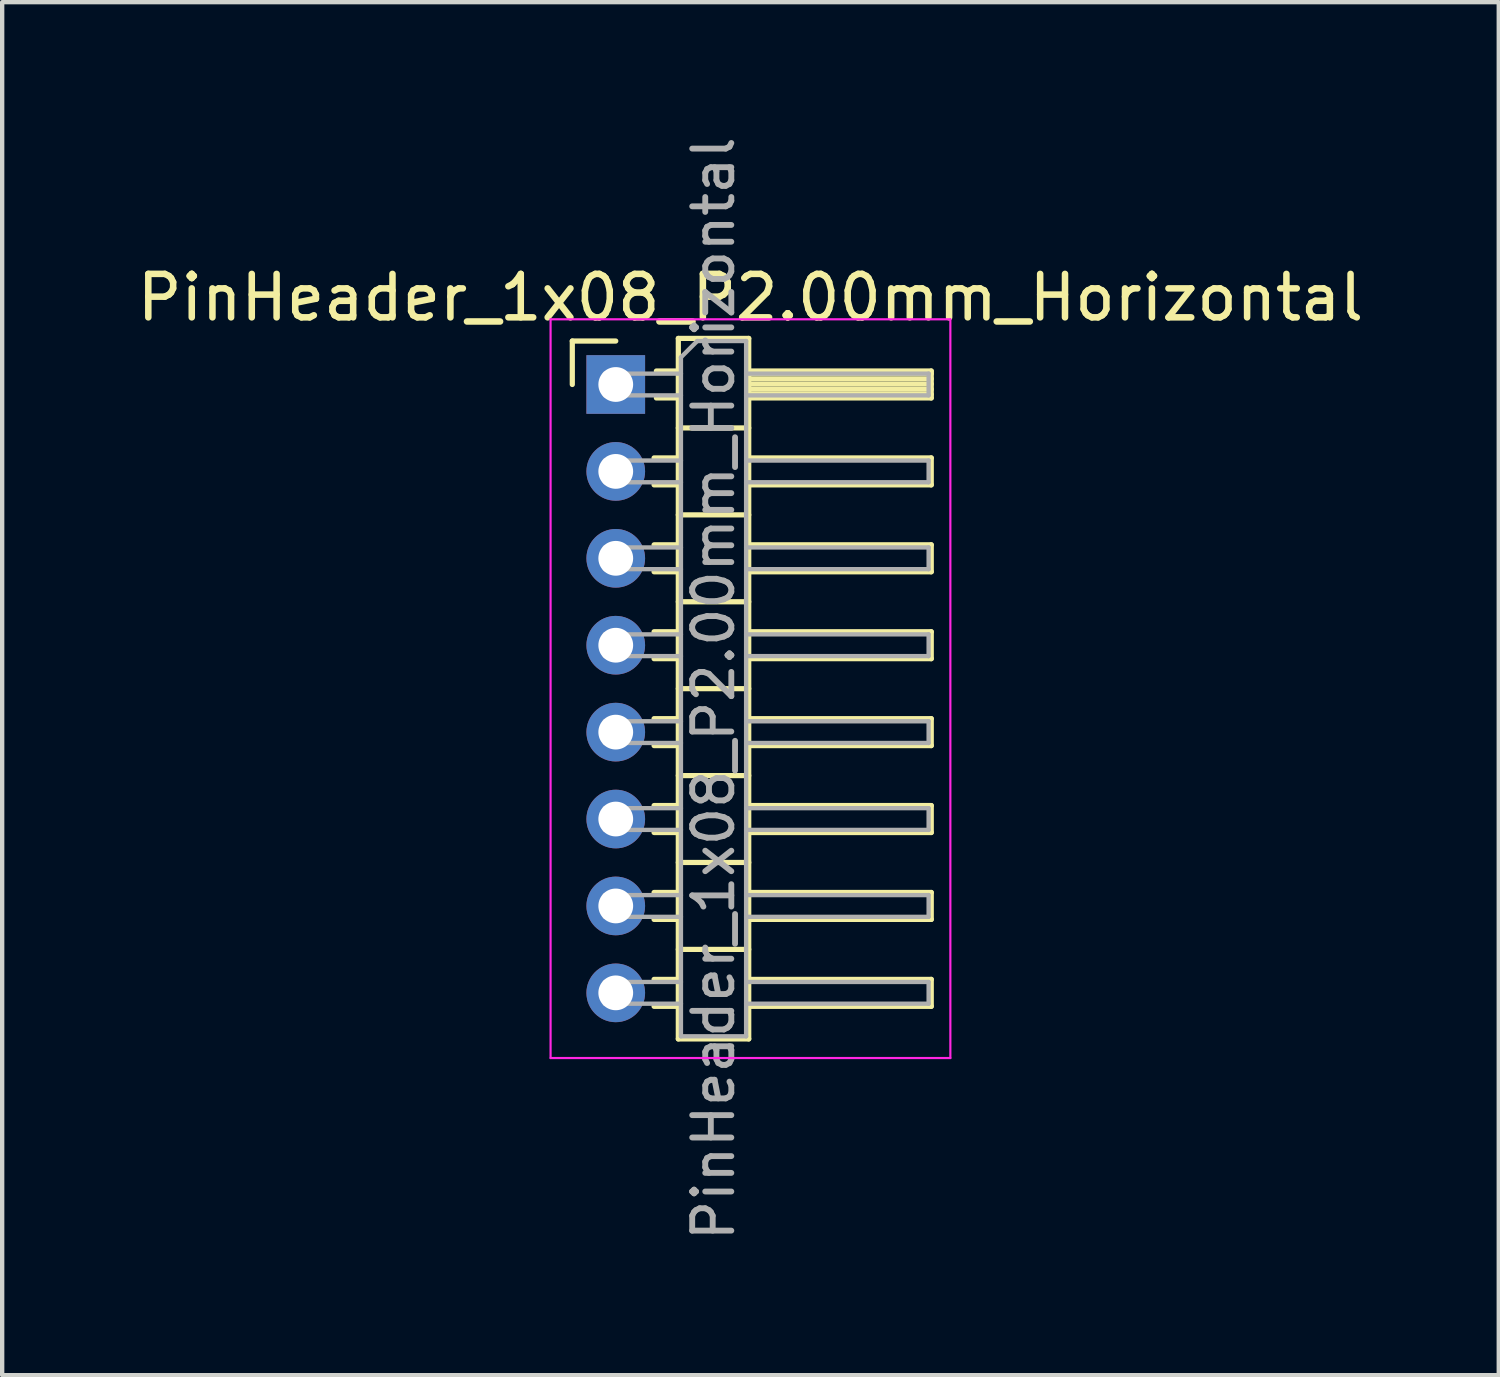
<source format=kicad_pcb>
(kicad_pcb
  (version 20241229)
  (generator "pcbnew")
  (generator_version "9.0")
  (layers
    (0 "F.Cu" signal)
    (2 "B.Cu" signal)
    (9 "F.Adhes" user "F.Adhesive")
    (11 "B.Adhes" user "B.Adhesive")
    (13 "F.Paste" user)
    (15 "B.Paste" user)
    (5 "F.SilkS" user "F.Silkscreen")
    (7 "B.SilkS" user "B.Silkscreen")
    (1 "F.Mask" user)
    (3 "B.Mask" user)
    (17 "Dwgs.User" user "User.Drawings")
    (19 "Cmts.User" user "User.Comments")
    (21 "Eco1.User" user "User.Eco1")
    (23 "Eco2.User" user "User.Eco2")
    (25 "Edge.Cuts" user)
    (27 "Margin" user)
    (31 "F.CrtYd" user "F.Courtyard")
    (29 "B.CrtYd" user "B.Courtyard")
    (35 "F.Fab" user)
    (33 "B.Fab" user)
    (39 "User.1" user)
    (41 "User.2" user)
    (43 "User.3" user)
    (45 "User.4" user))
  (footprint "PinHeader_1x08_P2.00mm_Horizontal"
    (layer "F.Cu")
    (at 11.12 5.798)
    (property "Reference" "PinHeader_1x08_P2.00mm_Horizontal" (at 3.1 -2 0) (layer "F.SilkS") (effects (font (size 1 1) (thickness 0.15))))
    (attr through_hole)
    (fp_line (start -1 -1) (end 0 -1) (stroke (width 0.12) (type solid)) (layer "F.SilkS"))
    (fp_line (start -1 0) (end -1 -1) (stroke (width 0.12) (type solid)) (layer "F.SilkS"))
    (fp_line (start 0.882 1.69) (end 1.44 1.69) (stroke (width 0.12) (type solid)) (layer "F.SilkS"))
    (fp_line (start 0.882 2.31) (end 1.44 2.31) (stroke (width 0.12) (type solid)) (layer "F.SilkS"))
    (fp_line (start 0.882 3.69) (end 1.44 3.69) (stroke (width 0.12) (type solid)) (layer "F.SilkS"))
    (fp_line (start 0.882 4.31) (end 1.44 4.31) (stroke (width 0.12) (type solid)) (layer "F.SilkS"))
    (fp_line (start 0.882 5.69) (end 1.44 5.69) (stroke (width 0.12) (type solid)) (layer "F.SilkS"))
    (fp_line (start 0.882 6.31) (end 1.44 6.31) (stroke (width 0.12) (type solid)) (layer "F.SilkS"))
    (fp_line (start 0.882 7.69) (end 1.44 7.69) (stroke (width 0.12) (type solid)) (layer "F.SilkS"))
    (fp_line (start 0.882 8.31) (end 1.44 8.31) (stroke (width 0.12) (type solid)) (layer "F.SilkS"))
    (fp_line (start 0.882 9.69) (end 1.44 9.69) (stroke (width 0.12) (type solid)) (layer "F.SilkS"))
    (fp_line (start 0.882 10.31) (end 1.44 10.31) (stroke (width 0.12) (type solid)) (layer "F.SilkS"))
    (fp_line (start 0.882 11.69) (end 1.44 11.69) (stroke (width 0.12) (type solid)) (layer "F.SilkS"))
    (fp_line (start 0.882 12.31) (end 1.44 12.31) (stroke (width 0.12) (type solid)) (layer "F.SilkS"))
    (fp_line (start 0.882 13.69) (end 1.44 13.69) (stroke (width 0.12) (type solid)) (layer "F.SilkS"))
    (fp_line (start 0.882 14.31) (end 1.44 14.31) (stroke (width 0.12) (type solid)) (layer "F.SilkS"))
    (fp_line (start 0.935 -0.31) (end 1.44 -0.31) (stroke (width 0.12) (type solid)) (layer "F.SilkS"))
    (fp_line (start 0.935 0.31) (end 1.44 0.31) (stroke (width 0.12) (type solid)) (layer "F.SilkS"))
    (fp_line (start 1.44 -1.06) (end 1.44 15.06) (stroke (width 0.12) (type solid)) (layer "F.SilkS"))
    (fp_line (start 1.44 1) (end 3.06 1) (stroke (width 0.12) (type solid)) (layer "F.SilkS"))
    (fp_line (start 1.44 3) (end 3.06 3) (stroke (width 0.12) (type solid)) (layer "F.SilkS"))
    (fp_line (start 1.44 5) (end 3.06 5) (stroke (width 0.12) (type solid)) (layer "F.SilkS"))
    (fp_line (start 1.44 7) (end 3.06 7) (stroke (width 0.12) (type solid)) (layer "F.SilkS"))
    (fp_line (start 1.44 9) (end 3.06 9) (stroke (width 0.12) (type solid)) (layer "F.SilkS"))
    (fp_line (start 1.44 11) (end 3.06 11) (stroke (width 0.12) (type solid)) (layer "F.SilkS"))
    (fp_line (start 1.44 13) (end 3.06 13) (stroke (width 0.12) (type solid)) (layer "F.SilkS"))
    (fp_line (start 1.44 15.06) (end 3.06 15.06) (stroke (width 0.12) (type solid)) (layer "F.SilkS"))
    (fp_line (start 3.06 -1.06) (end 1.44 -1.06) (stroke (width 0.12) (type solid)) (layer "F.SilkS"))
    (fp_line (start 3.06 -0.31) (end 7.26 -0.31) (stroke (width 0.12) (type solid)) (layer "F.SilkS"))
    (fp_line (start 3.06 -0.25) (end 7.26 -0.25) (stroke (width 0.12) (type solid)) (layer "F.SilkS"))
    (fp_line (start 3.06 -0.13) (end 7.26 -0.13) (stroke (width 0.12) (type solid)) (layer "F.SilkS"))
    (fp_line (start 3.06 -0.01) (end 7.26 -0.01) (stroke (width 0.12) (type solid)) (layer "F.SilkS"))
    (fp_line (start 3.06 0.11) (end 7.26 0.11) (stroke (width 0.12) (type solid)) (layer "F.SilkS"))
    (fp_line (start 3.06 0.23) (end 7.26 0.23) (stroke (width 0.12) (type solid)) (layer "F.SilkS"))
    (fp_line (start 3.06 1.69) (end 7.26 1.69) (stroke (width 0.12) (type solid)) (layer "F.SilkS"))
    (fp_line (start 3.06 3.69) (end 7.26 3.69) (stroke (width 0.12) (type solid)) (layer "F.SilkS"))
    (fp_line (start 3.06 5.69) (end 7.26 5.69) (stroke (width 0.12) (type solid)) (layer "F.SilkS"))
    (fp_line (start 3.06 7.69) (end 7.26 7.69) (stroke (width 0.12) (type solid)) (layer "F.SilkS"))
    (fp_line (start 3.06 9.69) (end 7.26 9.69) (stroke (width 0.12) (type solid)) (layer "F.SilkS"))
    (fp_line (start 3.06 11.69) (end 7.26 11.69) (stroke (width 0.12) (type solid)) (layer "F.SilkS"))
    (fp_line (start 3.06 13.69) (end 7.26 13.69) (stroke (width 0.12) (type solid)) (layer "F.SilkS"))
    (fp_line (start 3.06 15.06) (end 3.06 -1.06) (stroke (width 0.12) (type solid)) (layer "F.SilkS"))
    (fp_line (start 7.26 -0.31) (end 7.26 0.31) (stroke (width 0.12) (type solid)) (layer "F.SilkS"))
    (fp_line (start 7.26 0.31) (end 3.06 0.31) (stroke (width 0.12) (type solid)) (layer "F.SilkS"))
    (fp_line (start 7.26 1.69) (end 7.26 2.31) (stroke (width 0.12) (type solid)) (layer "F.SilkS"))
    (fp_line (start 7.26 2.31) (end 3.06 2.31) (stroke (width 0.12) (type solid)) (layer "F.SilkS"))
    (fp_line (start 7.26 3.69) (end 7.26 4.31) (stroke (width 0.12) (type solid)) (layer "F.SilkS"))
    (fp_line (start 7.26 4.31) (end 3.06 4.31) (stroke (width 0.12) (type solid)) (layer "F.SilkS"))
    (fp_line (start 7.26 5.69) (end 7.26 6.31) (stroke (width 0.12) (type solid)) (layer "F.SilkS"))
    (fp_line (start 7.26 6.31) (end 3.06 6.31) (stroke (width 0.12) (type solid)) (layer "F.SilkS"))
    (fp_line (start 7.26 7.69) (end 7.26 8.31) (stroke (width 0.12) (type solid)) (layer "F.SilkS"))
    (fp_line (start 7.26 8.31) (end 3.06 8.31) (stroke (width 0.12) (type solid)) (layer "F.SilkS"))
    (fp_line (start 7.26 9.69) (end 7.26 10.31) (stroke (width 0.12) (type solid)) (layer "F.SilkS"))
    (fp_line (start 7.26 10.31) (end 3.06 10.31) (stroke (width 0.12) (type solid)) (layer "F.SilkS"))
    (fp_line (start 7.26 11.69) (end 7.26 12.31) (stroke (width 0.12) (type solid)) (layer "F.SilkS"))
    (fp_line (start 7.26 12.31) (end 3.06 12.31) (stroke (width 0.12) (type solid)) (layer "F.SilkS"))
    (fp_line (start 7.26 13.69) (end 7.26 14.31) (stroke (width 0.12) (type solid)) (layer "F.SilkS"))
    (fp_line (start 7.26 14.31) (end 3.06 14.31) (stroke (width 0.12) (type solid)) (layer "F.SilkS"))
    (fp_line (start -1.5 -1.5) (end -1.5 15.5) (stroke (width 0.05) (type solid)) (layer "F.CrtYd"))
    (fp_line (start -1.5 15.5) (end 7.7 15.5) (stroke (width 0.05) (type solid)) (layer "F.CrtYd"))
    (fp_line (start 7.7 -1.5) (end -1.5 -1.5) (stroke (width 0.05) (type solid)) (layer "F.CrtYd"))
    (fp_line (start 7.7 15.5) (end 7.7 -1.5) (stroke (width 0.05) (type solid)) (layer "F.CrtYd"))
    (fp_line (start -0.25 -0.25) (end -0.25 0.25) (stroke (width 0.1) (type solid)) (layer "F.Fab"))
    (fp_line (start -0.25 -0.25) (end 1.5 -0.25) (stroke (width 0.1) (type solid)) (layer "F.Fab"))
    (fp_line (start -0.25 0.25) (end 1.5 0.25) (stroke (width 0.1) (type solid)) (layer "F.Fab"))
    (fp_line (start -0.25 1.75) (end -0.25 2.25) (stroke (width 0.1) (type solid)) (layer "F.Fab"))
    (fp_line (start -0.25 1.75) (end 1.5 1.75) (stroke (width 0.1) (type solid)) (layer "F.Fab"))
    (fp_line (start -0.25 2.25) (end 1.5 2.25) (stroke (width 0.1) (type solid)) (layer "F.Fab"))
    (fp_line (start -0.25 3.75) (end -0.25 4.25) (stroke (width 0.1) (type solid)) (layer "F.Fab"))
    (fp_line (start -0.25 3.75) (end 1.5 3.75) (stroke (width 0.1) (type solid)) (layer "F.Fab"))
    (fp_line (start -0.25 4.25) (end 1.5 4.25) (stroke (width 0.1) (type solid)) (layer "F.Fab"))
    (fp_line (start -0.25 5.75) (end -0.25 6.25) (stroke (width 0.1) (type solid)) (layer "F.Fab"))
    (fp_line (start -0.25 5.75) (end 1.5 5.75) (stroke (width 0.1) (type solid)) (layer "F.Fab"))
    (fp_line (start -0.25 6.25) (end 1.5 6.25) (stroke (width 0.1) (type solid)) (layer "F.Fab"))
    (fp_line (start -0.25 7.75) (end -0.25 8.25) (stroke (width 0.1) (type solid)) (layer "F.Fab"))
    (fp_line (start -0.25 7.75) (end 1.5 7.75) (stroke (width 0.1) (type solid)) (layer "F.Fab"))
    (fp_line (start -0.25 8.25) (end 1.5 8.25) (stroke (width 0.1) (type solid)) (layer "F.Fab"))
    (fp_line (start -0.25 9.75) (end -0.25 10.25) (stroke (width 0.1) (type solid)) (layer "F.Fab"))
    (fp_line (start -0.25 9.75) (end 1.5 9.75) (stroke (width 0.1) (type solid)) (layer "F.Fab"))
    (fp_line (start -0.25 10.25) (end 1.5 10.25) (stroke (width 0.1) (type solid)) (layer "F.Fab"))
    (fp_line (start -0.25 11.75) (end -0.25 12.25) (stroke (width 0.1) (type solid)) (layer "F.Fab"))
    (fp_line (start -0.25 11.75) (end 1.5 11.75) (stroke (width 0.1) (type solid)) (layer "F.Fab"))
    (fp_line (start -0.25 12.25) (end 1.5 12.25) (stroke (width 0.1) (type solid)) (layer "F.Fab"))
    (fp_line (start -0.25 13.75) (end -0.25 14.25) (stroke (width 0.1) (type solid)) (layer "F.Fab"))
    (fp_line (start -0.25 13.75) (end 1.5 13.75) (stroke (width 0.1) (type solid)) (layer "F.Fab"))
    (fp_line (start -0.25 14.25) (end 1.5 14.25) (stroke (width 0.1) (type solid)) (layer "F.Fab"))
    (fp_line (start 1.5 -0.625) (end 1.875 -1) (stroke (width 0.1) (type solid)) (layer "F.Fab"))
    (fp_line (start 1.5 15) (end 1.5 -0.625) (stroke (width 0.1) (type solid)) (layer "F.Fab"))
    (fp_line (start 1.875 -1) (end 3 -1) (stroke (width 0.1) (type solid)) (layer "F.Fab"))
    (fp_line (start 3 -1) (end 3 15) (stroke (width 0.1) (type solid)) (layer "F.Fab"))
    (fp_line (start 3 -0.25) (end 7.2 -0.25) (stroke (width 0.1) (type solid)) (layer "F.Fab"))
    (fp_line (start 3 0.25) (end 7.2 0.25) (stroke (width 0.1) (type solid)) (layer "F.Fab"))
    (fp_line (start 3 1.75) (end 7.2 1.75) (stroke (width 0.1) (type solid)) (layer "F.Fab"))
    (fp_line (start 3 2.25) (end 7.2 2.25) (stroke (width 0.1) (type solid)) (layer "F.Fab"))
    (fp_line (start 3 3.75) (end 7.2 3.75) (stroke (width 0.1) (type solid)) (layer "F.Fab"))
    (fp_line (start 3 4.25) (end 7.2 4.25) (stroke (width 0.1) (type solid)) (layer "F.Fab"))
    (fp_line (start 3 5.75) (end 7.2 5.75) (stroke (width 0.1) (type solid)) (layer "F.Fab"))
    (fp_line (start 3 6.25) (end 7.2 6.25) (stroke (width 0.1) (type solid)) (layer "F.Fab"))
    (fp_line (start 3 7.75) (end 7.2 7.75) (stroke (width 0.1) (type solid)) (layer "F.Fab"))
    (fp_line (start 3 8.25) (end 7.2 8.25) (stroke (width 0.1) (type solid)) (layer "F.Fab"))
    (fp_line (start 3 9.75) (end 7.2 9.75) (stroke (width 0.1) (type solid)) (layer "F.Fab"))
    (fp_line (start 3 10.25) (end 7.2 10.25) (stroke (width 0.1) (type solid)) (layer "F.Fab"))
    (fp_line (start 3 11.75) (end 7.2 11.75) (stroke (width 0.1) (type solid)) (layer "F.Fab"))
    (fp_line (start 3 12.25) (end 7.2 12.25) (stroke (width 0.1) (type solid)) (layer "F.Fab"))
    (fp_line (start 3 13.75) (end 7.2 13.75) (stroke (width 0.1) (type solid)) (layer "F.Fab"))
    (fp_line (start 3 14.25) (end 7.2 14.25) (stroke (width 0.1) (type solid)) (layer "F.Fab"))
    (fp_line (start 3 15) (end 1.5 15) (stroke (width 0.1) (type solid)) (layer "F.Fab"))
    (fp_line (start 7.2 -0.25) (end 7.2 0.25) (stroke (width 0.1) (type solid)) (layer "F.Fab"))
    (fp_line (start 7.2 1.75) (end 7.2 2.25) (stroke (width 0.1) (type solid)) (layer "F.Fab"))
    (fp_line (start 7.2 3.75) (end 7.2 4.25) (stroke (width 0.1) (type solid)) (layer "F.Fab"))
    (fp_line (start 7.2 5.75) (end 7.2 6.25) (stroke (width 0.1) (type solid)) (layer "F.Fab"))
    (fp_line (start 7.2 7.75) (end 7.2 8.25) (stroke (width 0.1) (type solid)) (layer "F.Fab"))
    (fp_line (start 7.2 9.75) (end 7.2 10.25) (stroke (width 0.1) (type solid)) (layer "F.Fab"))
    (fp_line (start 7.2 11.75) (end 7.2 12.25) (stroke (width 0.1) (type solid)) (layer "F.Fab"))
    (fp_line (start 7.2 13.75) (end 7.2 14.25) (stroke (width 0.1) (type solid)) (layer "F.Fab"))
    (fp_text user "${REFERENCE}" (at 2.25 7 90) (layer "F.Fab") (effects (font (size 0.9 0.9) (thickness 0.135))))
    (pad "1" thru_hole rect (at 0 0) (size 1.35 1.35) (drill 0.8) (layers "*.Cu" "*.Mask"))
    (pad "2" thru_hole oval (at 0 2) (size 1.35 1.35) (drill 0.8) (layers "*.Cu" "*.Mask"))
    (pad "3" thru_hole oval (at 0 4) (size 1.35 1.35) (drill 0.8) (layers "*.Cu" "*.Mask"))
    (pad "4" thru_hole oval (at 0 6) (size 1.35 1.35) (drill 0.8) (layers "*.Cu" "*.Mask"))
    (pad "5" thru_hole oval (at 0 8) (size 1.35 1.35) (drill 0.8) (layers "*.Cu" "*.Mask"))
    (pad "6" thru_hole oval (at 0 10) (size 1.35 1.35) (drill 0.8) (layers "*.Cu" "*.Mask"))
    (pad "7" thru_hole oval (at 0 12) (size 1.35 1.35) (drill 0.8) (layers "*.Cu" "*.Mask"))
    (pad "8" thru_hole oval (at 0 14) (size 1.35 1.35) (drill 0.8) (layers "*.Cu" "*.Mask")))
  (gr_rect
    (start -3 -3)
    (end 31.44 28.596)
    (stroke (width 0.1) (type default))
    (fill no)
    (layer "Edge.Cuts")))
</source>
